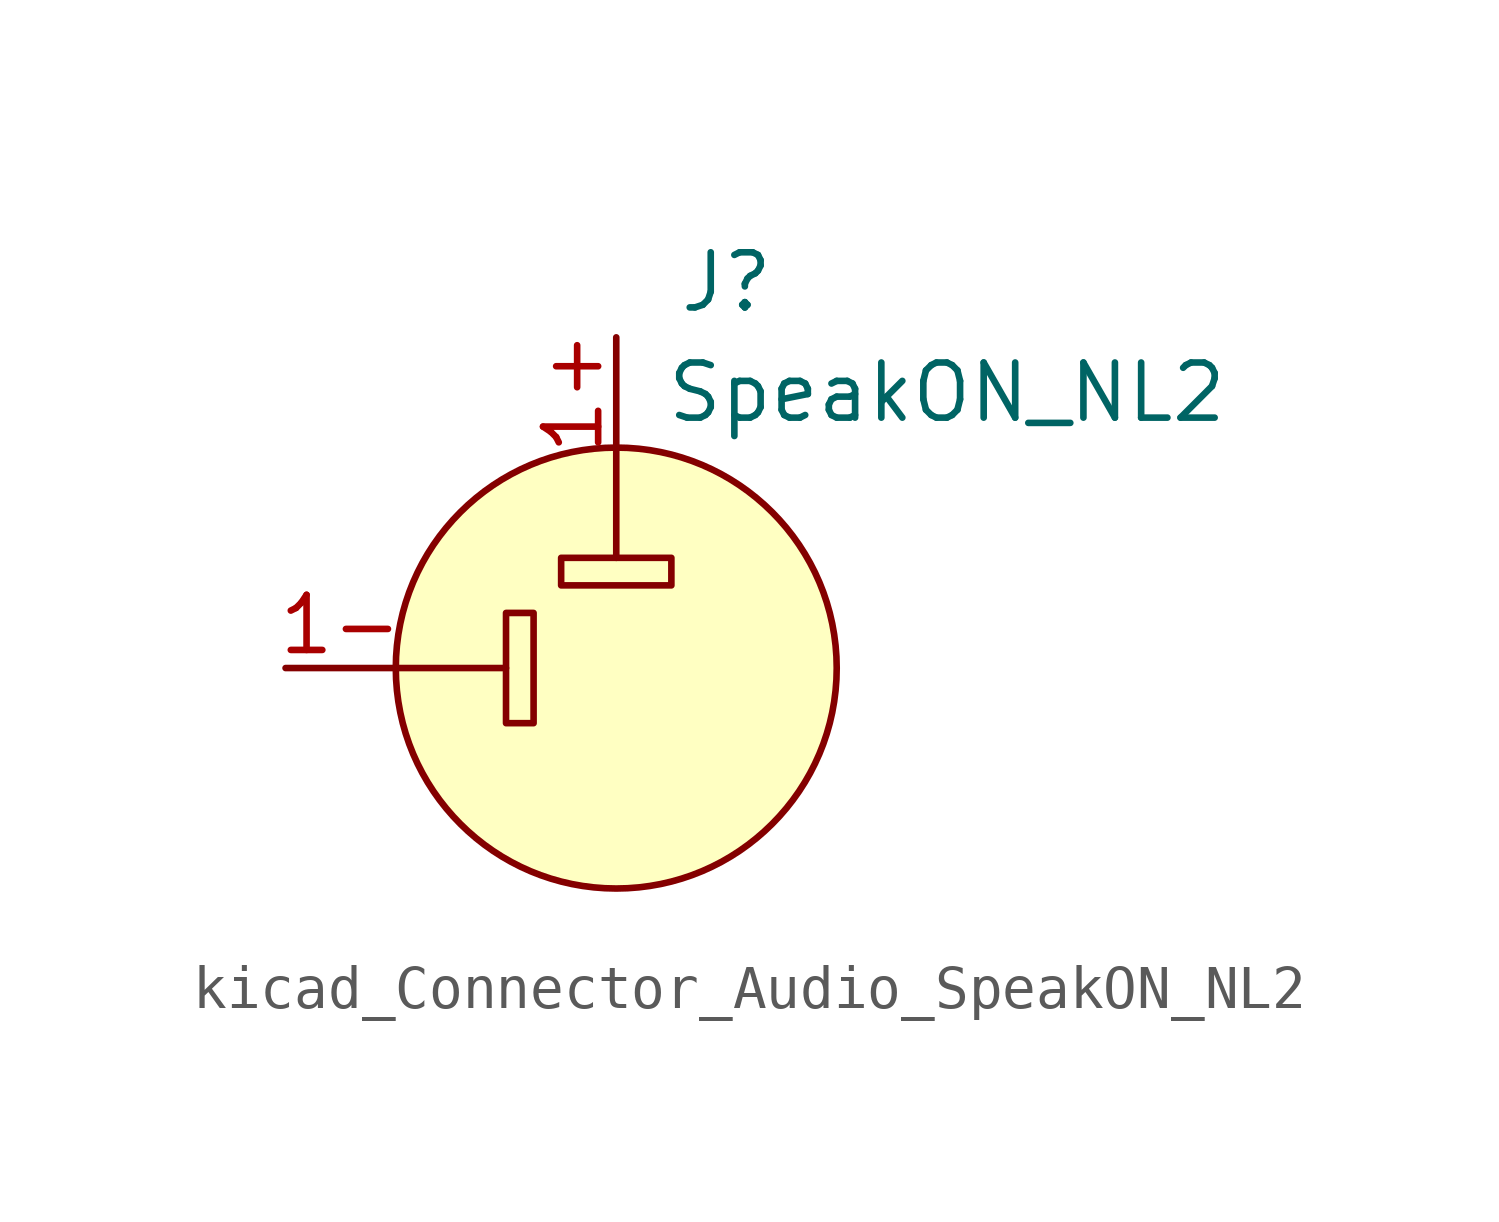
<source format=kicad_sym>
(kicad_symbol_lib
  (version 20220914)
  (generator kicad_symbol_editor)
  (symbol "kicad_Connector_Audio_SpeakON_NL2"
    (pin_names hide)
    (property "Reference" "J"
      (at 2.54 8.89 0)
      (effects (font (size 1.27 1.27))))
    (property "Value" "SpeakON_NL2"
      (at 7.62 6.35 0)
      (effects (font (size 1.27 1.27))))
    (symbol "kicad_Connector_Audio_SpeakON_NL2_0_1"
      (rectangle (start -2.54 1.27) (end -1.905 -1.27) (stroke (width 0) (type default)) (fill (type none)))
      (rectangle (start -1.27 2.54) (end 1.27 1.905) (stroke (width 0) (type default)) (fill (type none)))
      (polyline (pts (xy -5.08 0) (xy -2.54 0)) (stroke (width 0) (type default)) (fill (type none)))
      (polyline (pts (xy 0 5.08) (xy 0 2.54)) (stroke (width 0) (type default)) (fill (type none)))
      (circle (center 0 0) (radius 5.08) (stroke (width 0) (type default)) (fill (type background)))
      (pin passive line (at -7.62 0 0) (length 2.54) (name "1-" (effects (font (size 1.27 1.27)))) (number "1-" (effects (font (size 1.27 1.27))))))
    (symbol "kicad_Connector_Audio_SpeakON_NL2_1_1"
      (pin passive line (at 0 7.62 270) (length 2.54) (name "1+" (effects (font (size 1.27 1.27)))) (number "1+" (effects (font (size 1.27 1.27))))))))
</source>
